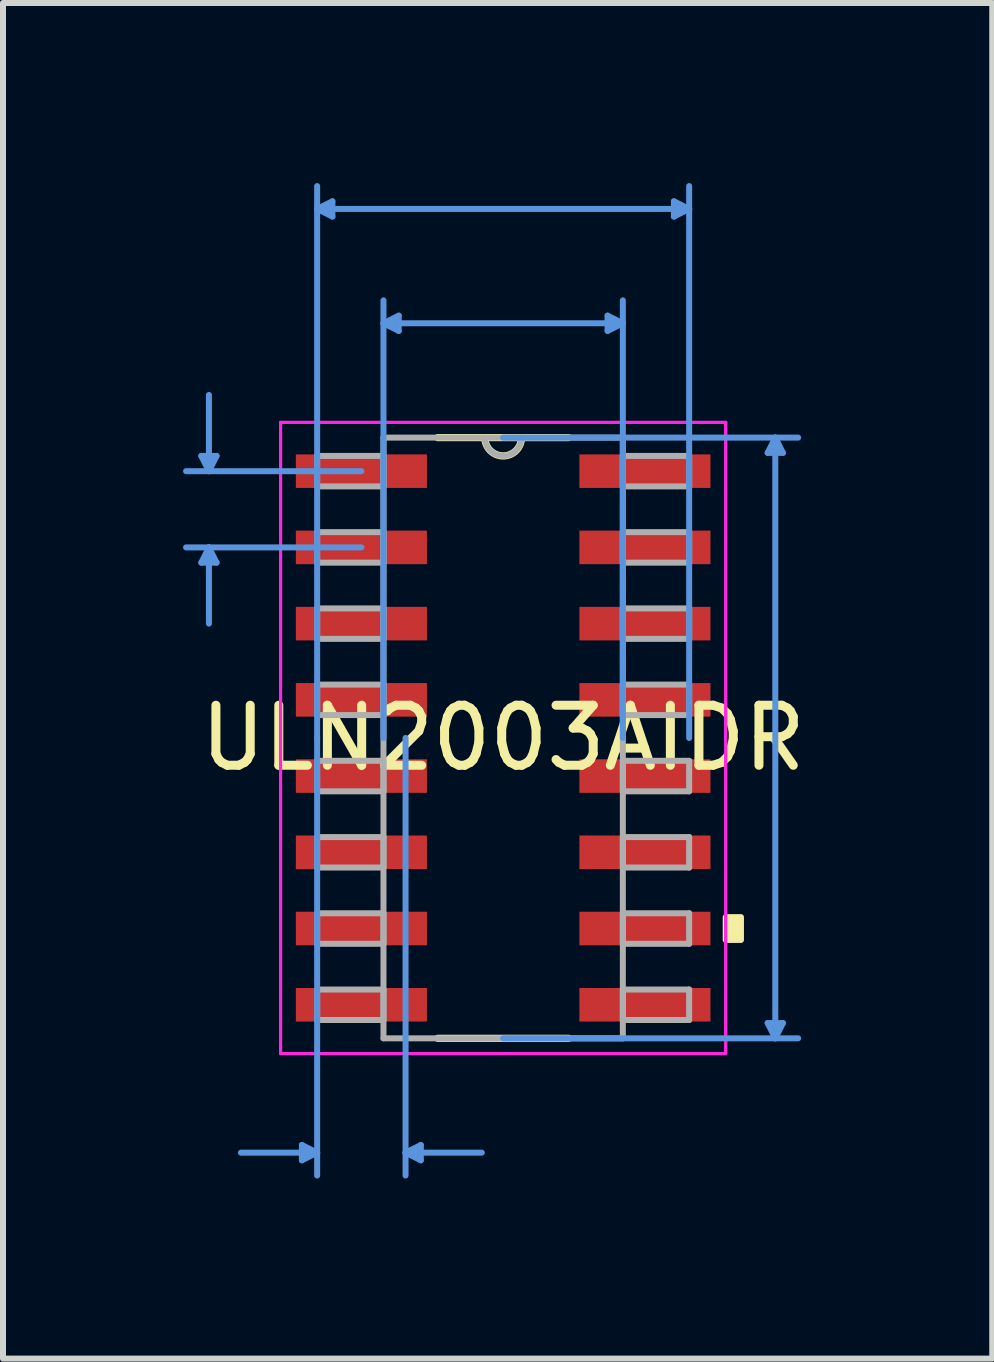
<source format=kicad_pcb>
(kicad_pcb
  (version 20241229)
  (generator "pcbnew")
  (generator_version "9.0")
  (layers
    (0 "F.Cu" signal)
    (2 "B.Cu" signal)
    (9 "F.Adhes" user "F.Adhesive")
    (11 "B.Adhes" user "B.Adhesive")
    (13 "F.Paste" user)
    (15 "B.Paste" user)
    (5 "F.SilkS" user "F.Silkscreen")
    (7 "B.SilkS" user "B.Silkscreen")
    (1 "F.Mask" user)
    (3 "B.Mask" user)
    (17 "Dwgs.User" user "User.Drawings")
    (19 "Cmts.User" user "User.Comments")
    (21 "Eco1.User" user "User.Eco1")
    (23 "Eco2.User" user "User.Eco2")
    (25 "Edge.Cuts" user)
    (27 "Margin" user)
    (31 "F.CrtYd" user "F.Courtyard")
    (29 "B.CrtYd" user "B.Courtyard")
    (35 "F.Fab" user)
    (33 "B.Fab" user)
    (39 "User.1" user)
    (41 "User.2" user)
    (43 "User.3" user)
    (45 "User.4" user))
  (footprint "ULN2003AIDR"
    (layer "F.Cu")
    (at 5.333 9.245)
    (property "Reference" "ULN2003AIDR" (at 0 0 0) (layer "F.SilkS") (effects (font (size 1 1) (thickness 0.15))))
    (attr through_hole)
    (fp_line (start -1.089 5.004) (end 1.089 5.004) (stroke (width 0.12) (type solid)) (layer "F.SilkS"))
    (fp_line (start 1.089 -5.004) (end -1.089 -5.004) (stroke (width 0.12) (type solid)) (layer "F.SilkS"))
    (fp_arc (start 0.3048 -5.0038) (mid 0 -4.699) (end -0.3048 -5.0038) (stroke (width 0.12) (type solid)) (layer "F.SilkS"))
    (fp_poly (pts (xy 3.962 2.985) (xy 3.962 3.365) (xy 3.708 3.365) (xy 3.708 2.985)) (stroke (width 0.1) (type solid)) (fill yes) (layer "F.SilkS"))
    (fp_line (start -5.029 -4.699) (end -4.775 -4.699) (stroke (width 0.1) (type solid)) (layer "Cmts.User"))
    (fp_line (start -5.029 -2.921) (end -4.775 -2.921) (stroke (width 0.1) (type solid)) (layer "Cmts.User"))
    (fp_line (start -4.902 -4.445) (end -5.029 -4.699) (stroke (width 0.1) (type solid)) (layer "Cmts.User"))
    (fp_line (start -4.902 -4.445) (end -4.902 -5.715) (stroke (width 0.1) (type solid)) (layer "Cmts.User"))
    (fp_line (start -4.902 -4.445) (end -4.775 -4.699) (stroke (width 0.1) (type solid)) (layer "Cmts.User"))
    (fp_line (start -4.902 -3.175) (end -5.029 -2.921) (stroke (width 0.1) (type solid)) (layer "Cmts.User"))
    (fp_line (start -4.902 -3.175) (end -4.902 -1.905) (stroke (width 0.1) (type solid)) (layer "Cmts.User"))
    (fp_line (start -4.902 -3.175) (end -4.775 -2.921) (stroke (width 0.1) (type solid)) (layer "Cmts.User"))
    (fp_line (start -3.353 6.782) (end -3.353 7.036) (stroke (width 0.1) (type solid)) (layer "Cmts.User"))
    (fp_line (start -3.099 -8.814) (end -2.845 -8.941) (stroke (width 0.1) (type solid)) (layer "Cmts.User"))
    (fp_line (start -3.099 -8.814) (end -2.845 -8.687) (stroke (width 0.1) (type solid)) (layer "Cmts.User"))
    (fp_line (start -3.099 -8.814) (end 3.099 -8.814) (stroke (width 0.1) (type solid)) (layer "Cmts.User"))
    (fp_line (start -3.099 0) (end -3.099 -9.195) (stroke (width 0.1) (type solid)) (layer "Cmts.User"))
    (fp_line (start -3.099 0) (end -3.099 7.29) (stroke (width 0.1) (type solid)) (layer "Cmts.User"))
    (fp_line (start -3.099 6.909) (end -4.369 6.909) (stroke (width 0.1) (type solid)) (layer "Cmts.User"))
    (fp_line (start -3.099 6.909) (end -3.353 6.782) (stroke (width 0.1) (type solid)) (layer "Cmts.User"))
    (fp_line (start -3.099 6.909) (end -3.353 7.036) (stroke (width 0.1) (type solid)) (layer "Cmts.User"))
    (fp_line (start -2.845 -8.941) (end -2.845 -8.687) (stroke (width 0.1) (type solid)) (layer "Cmts.User"))
    (fp_line (start -2.362 -4.445) (end -5.283 -4.445) (stroke (width 0.1) (type solid)) (layer "Cmts.User"))
    (fp_line (start -2.362 -3.175) (end -5.283 -3.175) (stroke (width 0.1) (type solid)) (layer "Cmts.User"))
    (fp_line (start -1.994 -6.909) (end -1.74 -7.036) (stroke (width 0.1) (type solid)) (layer "Cmts.User"))
    (fp_line (start -1.994 -6.909) (end -1.74 -6.782) (stroke (width 0.1) (type solid)) (layer "Cmts.User"))
    (fp_line (start -1.994 -6.909) (end 1.994 -6.909) (stroke (width 0.1) (type solid)) (layer "Cmts.User"))
    (fp_line (start -1.994 0) (end -1.994 -7.29) (stroke (width 0.1) (type solid)) (layer "Cmts.User"))
    (fp_line (start -1.74 -7.036) (end -1.74 -6.782) (stroke (width 0.1) (type solid)) (layer "Cmts.User"))
    (fp_line (start -1.626 0) (end -1.626 7.29) (stroke (width 0.1) (type solid)) (layer "Cmts.User"))
    (fp_line (start -1.626 6.909) (end -1.372 6.782) (stroke (width 0.1) (type solid)) (layer "Cmts.User"))
    (fp_line (start -1.626 6.909) (end -1.372 7.036) (stroke (width 0.1) (type solid)) (layer "Cmts.User"))
    (fp_line (start -1.626 6.909) (end -0.356 6.909) (stroke (width 0.1) (type solid)) (layer "Cmts.User"))
    (fp_line (start -1.372 6.782) (end -1.372 7.036) (stroke (width 0.1) (type solid)) (layer "Cmts.User"))
    (fp_line (start 0 -5.004) (end 4.915 -5.004) (stroke (width 0.1) (type solid)) (layer "Cmts.User"))
    (fp_line (start 0 5.004) (end 4.915 5.004) (stroke (width 0.1) (type solid)) (layer "Cmts.User"))
    (fp_line (start 1.74 -7.036) (end 1.74 -6.782) (stroke (width 0.1) (type solid)) (layer "Cmts.User"))
    (fp_line (start 1.994 -6.909) (end 1.74 -7.036) (stroke (width 0.1) (type solid)) (layer "Cmts.User"))
    (fp_line (start 1.994 -6.909) (end 1.74 -6.782) (stroke (width 0.1) (type solid)) (layer "Cmts.User"))
    (fp_line (start 1.994 0) (end 1.994 -7.29) (stroke (width 0.1) (type solid)) (layer "Cmts.User"))
    (fp_line (start 2.845 -8.941) (end 2.845 -8.687) (stroke (width 0.1) (type solid)) (layer "Cmts.User"))
    (fp_line (start 3.099 -8.814) (end 2.845 -8.941) (stroke (width 0.1) (type solid)) (layer "Cmts.User"))
    (fp_line (start 3.099 -8.814) (end 2.845 -8.687) (stroke (width 0.1) (type solid)) (layer "Cmts.User"))
    (fp_line (start 3.099 0) (end 3.099 -9.195) (stroke (width 0.1) (type solid)) (layer "Cmts.User"))
    (fp_line (start 4.407 -4.75) (end 4.661 -4.75) (stroke (width 0.1) (type solid)) (layer "Cmts.User"))
    (fp_line (start 4.407 4.75) (end 4.661 4.75) (stroke (width 0.1) (type solid)) (layer "Cmts.User"))
    (fp_line (start 4.534 -5.004) (end 4.407 -4.75) (stroke (width 0.1) (type solid)) (layer "Cmts.User"))
    (fp_line (start 4.534 -5.004) (end 4.534 5.004) (stroke (width 0.1) (type solid)) (layer "Cmts.User"))
    (fp_line (start 4.534 -5.004) (end 4.661 -4.75) (stroke (width 0.1) (type solid)) (layer "Cmts.User"))
    (fp_line (start 4.534 5.004) (end 4.407 4.75) (stroke (width 0.1) (type solid)) (layer "Cmts.User"))
    (fp_line (start 4.534 5.004) (end 4.661 4.75) (stroke (width 0.1) (type solid)) (layer "Cmts.User"))
    (fp_line (start -3.708 -5.258) (end 3.708 -5.258) (stroke (width 0.05) (type solid)) (layer "F.CrtYd"))
    (fp_line (start -3.708 -5.258) (end 3.708 -5.258) (stroke (width 0.05) (type solid)) (layer "F.CrtYd"))
    (fp_line (start -3.708 5.258) (end -3.708 -5.258) (stroke (width 0.05) (type solid)) (layer "F.CrtYd"))
    (fp_line (start -3.708 5.258) (end -3.708 -5.258) (stroke (width 0.05) (type solid)) (layer "F.CrtYd"))
    (fp_line (start 3.708 -5.258) (end 3.708 5.258) (stroke (width 0.05) (type solid)) (layer "F.CrtYd"))
    (fp_line (start 3.708 -5.258) (end 3.708 5.258) (stroke (width 0.05) (type solid)) (layer "F.CrtYd"))
    (fp_line (start 3.708 5.258) (end -3.708 5.258) (stroke (width 0.05) (type solid)) (layer "F.CrtYd"))
    (fp_line (start 3.708 5.258) (end -3.708 5.258) (stroke (width 0.05) (type solid)) (layer "F.CrtYd"))
    (fp_line (start -3.099 -4.699) (end -3.099 -4.191) (stroke (width 0.1) (type solid)) (layer "F.Fab"))
    (fp_line (start -3.099 -4.191) (end -1.994 -4.191) (stroke (width 0.1) (type solid)) (layer "F.Fab"))
    (fp_line (start -3.099 -3.429) (end -3.099 -2.921) (stroke (width 0.1) (type solid)) (layer "F.Fab"))
    (fp_line (start -3.099 -2.921) (end -1.994 -2.921) (stroke (width 0.1) (type solid)) (layer "F.Fab"))
    (fp_line (start -3.099 -2.159) (end -3.099 -1.651) (stroke (width 0.1) (type solid)) (layer "F.Fab"))
    (fp_line (start -3.099 -1.651) (end -1.994 -1.651) (stroke (width 0.1) (type solid)) (layer "F.Fab"))
    (fp_line (start -3.099 -0.889) (end -3.099 -0.381) (stroke (width 0.1) (type solid)) (layer "F.Fab"))
    (fp_line (start -3.099 -0.381) (end -1.994 -0.381) (stroke (width 0.1) (type solid)) (layer "F.Fab"))
    (fp_line (start -3.099 0.381) (end -3.099 0.889) (stroke (width 0.1) (type solid)) (layer "F.Fab"))
    (fp_line (start -3.099 0.889) (end -1.994 0.889) (stroke (width 0.1) (type solid)) (layer "F.Fab"))
    (fp_line (start -3.099 1.651) (end -3.099 2.159) (stroke (width 0.1) (type solid)) (layer "F.Fab"))
    (fp_line (start -3.099 2.159) (end -1.994 2.159) (stroke (width 0.1) (type solid)) (layer "F.Fab"))
    (fp_line (start -3.099 2.921) (end -3.099 3.429) (stroke (width 0.1) (type solid)) (layer "F.Fab"))
    (fp_line (start -3.099 3.429) (end -1.994 3.429) (stroke (width 0.1) (type solid)) (layer "F.Fab"))
    (fp_line (start -3.099 4.191) (end -3.099 4.699) (stroke (width 0.1) (type solid)) (layer "F.Fab"))
    (fp_line (start -3.099 4.699) (end -1.994 4.699) (stroke (width 0.1) (type solid)) (layer "F.Fab"))
    (fp_line (start -1.994 -5.004) (end -1.994 5.004) (stroke (width 0.1) (type solid)) (layer "F.Fab"))
    (fp_line (start -1.994 -4.699) (end -3.099 -4.699) (stroke (width 0.1) (type solid)) (layer "F.Fab"))
    (fp_line (start -1.994 -4.191) (end -1.994 -4.699) (stroke (width 0.1) (type solid)) (layer "F.Fab"))
    (fp_line (start -1.994 -3.429) (end -3.099 -3.429) (stroke (width 0.1) (type solid)) (layer "F.Fab"))
    (fp_line (start -1.994 -2.921) (end -1.994 -3.429) (stroke (width 0.1) (type solid)) (layer "F.Fab"))
    (fp_line (start -1.994 -2.159) (end -3.099 -2.159) (stroke (width 0.1) (type solid)) (layer "F.Fab"))
    (fp_line (start -1.994 -1.651) (end -1.994 -2.159) (stroke (width 0.1) (type solid)) (layer "F.Fab"))
    (fp_line (start -1.994 -0.889) (end -3.099 -0.889) (stroke (width 0.1) (type solid)) (layer "F.Fab"))
    (fp_line (start -1.994 -0.381) (end -1.994 -0.889) (stroke (width 0.1) (type solid)) (layer "F.Fab"))
    (fp_line (start -1.994 0.381) (end -3.099 0.381) (stroke (width 0.1) (type solid)) (layer "F.Fab"))
    (fp_line (start -1.994 0.889) (end -1.994 0.381) (stroke (width 0.1) (type solid)) (layer "F.Fab"))
    (fp_line (start -1.994 1.651) (end -3.099 1.651) (stroke (width 0.1) (type solid)) (layer "F.Fab"))
    (fp_line (start -1.994 2.159) (end -1.994 1.651) (stroke (width 0.1) (type solid)) (layer "F.Fab"))
    (fp_line (start -1.994 2.921) (end -3.099 2.921) (stroke (width 0.1) (type solid)) (layer "F.Fab"))
    (fp_line (start -1.994 3.429) (end -1.994 2.921) (stroke (width 0.1) (type solid)) (layer "F.Fab"))
    (fp_line (start -1.994 4.191) (end -3.099 4.191) (stroke (width 0.1) (type solid)) (layer "F.Fab"))
    (fp_line (start -1.994 4.699) (end -1.994 4.191) (stroke (width 0.1) (type solid)) (layer "F.Fab"))
    (fp_line (start -1.994 5.004) (end 1.994 5.004) (stroke (width 0.1) (type solid)) (layer "F.Fab"))
    (fp_line (start 1.994 -5.004) (end -1.994 -5.004) (stroke (width 0.1) (type solid)) (layer "F.Fab"))
    (fp_line (start 1.994 -4.699) (end 1.994 -4.191) (stroke (width 0.1) (type solid)) (layer "F.Fab"))
    (fp_line (start 1.994 -4.191) (end 3.099 -4.191) (stroke (width 0.1) (type solid)) (layer "F.Fab"))
    (fp_line (start 1.994 -3.429) (end 1.994 -2.921) (stroke (width 0.1) (type solid)) (layer "F.Fab"))
    (fp_line (start 1.994 -2.921) (end 3.099 -2.921) (stroke (width 0.1) (type solid)) (layer "F.Fab"))
    (fp_line (start 1.994 -2.159) (end 1.994 -1.651) (stroke (width 0.1) (type solid)) (layer "F.Fab"))
    (fp_line (start 1.994 -1.651) (end 3.099 -1.651) (stroke (width 0.1) (type solid)) (layer "F.Fab"))
    (fp_line (start 1.994 -0.889) (end 1.994 -0.381) (stroke (width 0.1) (type solid)) (layer "F.Fab"))
    (fp_line (start 1.994 -0.381) (end 3.099 -0.381) (stroke (width 0.1) (type solid)) (layer "F.Fab"))
    (fp_line (start 1.994 0.381) (end 1.994 0.889) (stroke (width 0.1) (type solid)) (layer "F.Fab"))
    (fp_line (start 1.994 0.889) (end 3.099 0.889) (stroke (width 0.1) (type solid)) (layer "F.Fab"))
    (fp_line (start 1.994 1.651) (end 1.994 2.159) (stroke (width 0.1) (type solid)) (layer "F.Fab"))
    (fp_line (start 1.994 2.159) (end 3.099 2.159) (stroke (width 0.1) (type solid)) (layer "F.Fab"))
    (fp_line (start 1.994 2.921) (end 1.994 3.429) (stroke (width 0.1) (type solid)) (layer "F.Fab"))
    (fp_line (start 1.994 3.429) (end 3.099 3.429) (stroke (width 0.1) (type solid)) (layer "F.Fab"))
    (fp_line (start 1.994 4.191) (end 1.994 4.699) (stroke (width 0.1) (type solid)) (layer "F.Fab"))
    (fp_line (start 1.994 4.699) (end 3.099 4.699) (stroke (width 0.1) (type solid)) (layer "F.Fab"))
    (fp_line (start 1.994 5.004) (end 1.994 -5.004) (stroke (width 0.1) (type solid)) (layer "F.Fab"))
    (fp_line (start 3.099 -4.699) (end 1.994 -4.699) (stroke (width 0.1) (type solid)) (layer "F.Fab"))
    (fp_line (start 3.099 -4.191) (end 3.099 -4.699) (stroke (width 0.1) (type solid)) (layer "F.Fab"))
    (fp_line (start 3.099 -3.429) (end 1.994 -3.429) (stroke (width 0.1) (type solid)) (layer "F.Fab"))
    (fp_line (start 3.099 -2.921) (end 3.099 -3.429) (stroke (width 0.1) (type solid)) (layer "F.Fab"))
    (fp_line (start 3.099 -2.159) (end 1.994 -2.159) (stroke (width 0.1) (type solid)) (layer "F.Fab"))
    (fp_line (start 3.099 -1.651) (end 3.099 -2.159) (stroke (width 0.1) (type solid)) (layer "F.Fab"))
    (fp_line (start 3.099 -0.889) (end 1.994 -0.889) (stroke (width 0.1) (type solid)) (layer "F.Fab"))
    (fp_line (start 3.099 -0.381) (end 3.099 -0.889) (stroke (width 0.1) (type solid)) (layer "F.Fab"))
    (fp_line (start 3.099 0.381) (end 1.994 0.381) (stroke (width 0.1) (type solid)) (layer "F.Fab"))
    (fp_line (start 3.099 0.889) (end 3.099 0.381) (stroke (width 0.1) (type solid)) (layer "F.Fab"))
    (fp_line (start 3.099 1.651) (end 1.994 1.651) (stroke (width 0.1) (type solid)) (layer "F.Fab"))
    (fp_line (start 3.099 2.159) (end 3.099 1.651) (stroke (width 0.1) (type solid)) (layer "F.Fab"))
    (fp_line (start 3.099 2.921) (end 1.994 2.921) (stroke (width 0.1) (type solid)) (layer "F.Fab"))
    (fp_line (start 3.099 3.429) (end 3.099 2.921) (stroke (width 0.1) (type solid)) (layer "F.Fab"))
    (fp_line (start 3.099 4.191) (end 1.994 4.191) (stroke (width 0.1) (type solid)) (layer "F.Fab"))
    (fp_line (start 3.099 4.699) (end 3.099 4.191) (stroke (width 0.1) (type solid)) (layer "F.Fab"))
    (fp_arc (start 0.3048 -5.0038) (mid 0 -4.699) (end -0.3048 -5.0038) (stroke (width 0.1) (type solid)) (layer "F.Fab"))
    (pad "1" smd rect (at -2.362 -4.445) (size 2.184 0.559) (layers "F.Cu" "F.Mask" "F.Paste"))
    (pad "2" smd rect (at -2.362 -3.175) (size 2.184 0.559) (layers "F.Cu" "F.Mask" "F.Paste"))
    (pad "3" smd rect (at -2.362 -1.905) (size 2.184 0.559) (layers "F.Cu" "F.Mask" "F.Paste"))
    (pad "4" smd rect (at -2.362 -0.635) (size 2.184 0.559) (layers "F.Cu" "F.Mask" "F.Paste"))
    (pad "5" smd rect (at -2.362 0.635) (size 2.184 0.559) (layers "F.Cu" "F.Mask" "F.Paste"))
    (pad "6" smd rect (at -2.362 1.905) (size 2.184 0.559) (layers "F.Cu" "F.Mask" "F.Paste"))
    (pad "7" smd rect (at -2.362 3.175) (size 2.184 0.559) (layers "F.Cu" "F.Mask" "F.Paste"))
    (pad "8" smd rect (at -2.362 4.445) (size 2.184 0.559) (layers "F.Cu" "F.Mask" "F.Paste"))
    (pad "9" smd rect (at 2.362 4.445) (size 2.184 0.559) (layers "F.Cu" "F.Mask" "F.Paste"))
    (pad "10" smd rect (at 2.362 3.175) (size 2.184 0.559) (layers "F.Cu" "F.Mask" "F.Paste"))
    (pad "11" smd rect (at 2.362 1.905) (size 2.184 0.559) (layers "F.Cu" "F.Mask" "F.Paste"))
    (pad "12" smd rect (at 2.362 0.635) (size 2.184 0.559) (layers "F.Cu" "F.Mask" "F.Paste"))
    (pad "13" smd rect (at 2.362 -0.635) (size 2.184 0.559) (layers "F.Cu" "F.Mask" "F.Paste"))
    (pad "14" smd rect (at 2.362 -1.905) (size 2.184 0.559) (layers "F.Cu" "F.Mask" "F.Paste"))
    (pad "15" smd rect (at 2.362 -3.175) (size 2.184 0.559) (layers "F.Cu" "F.Mask" "F.Paste"))
    (pad "16" smd rect (at 2.362 -4.445) (size 2.184 0.559) (layers "F.Cu" "F.Mask" "F.Paste")))
  (gr_rect
    (start -3 -3)
    (end 13.482 19.585)
    (stroke (width 0.1) (type default))
    (fill no)
    (layer "Edge.Cuts")))
</source>
